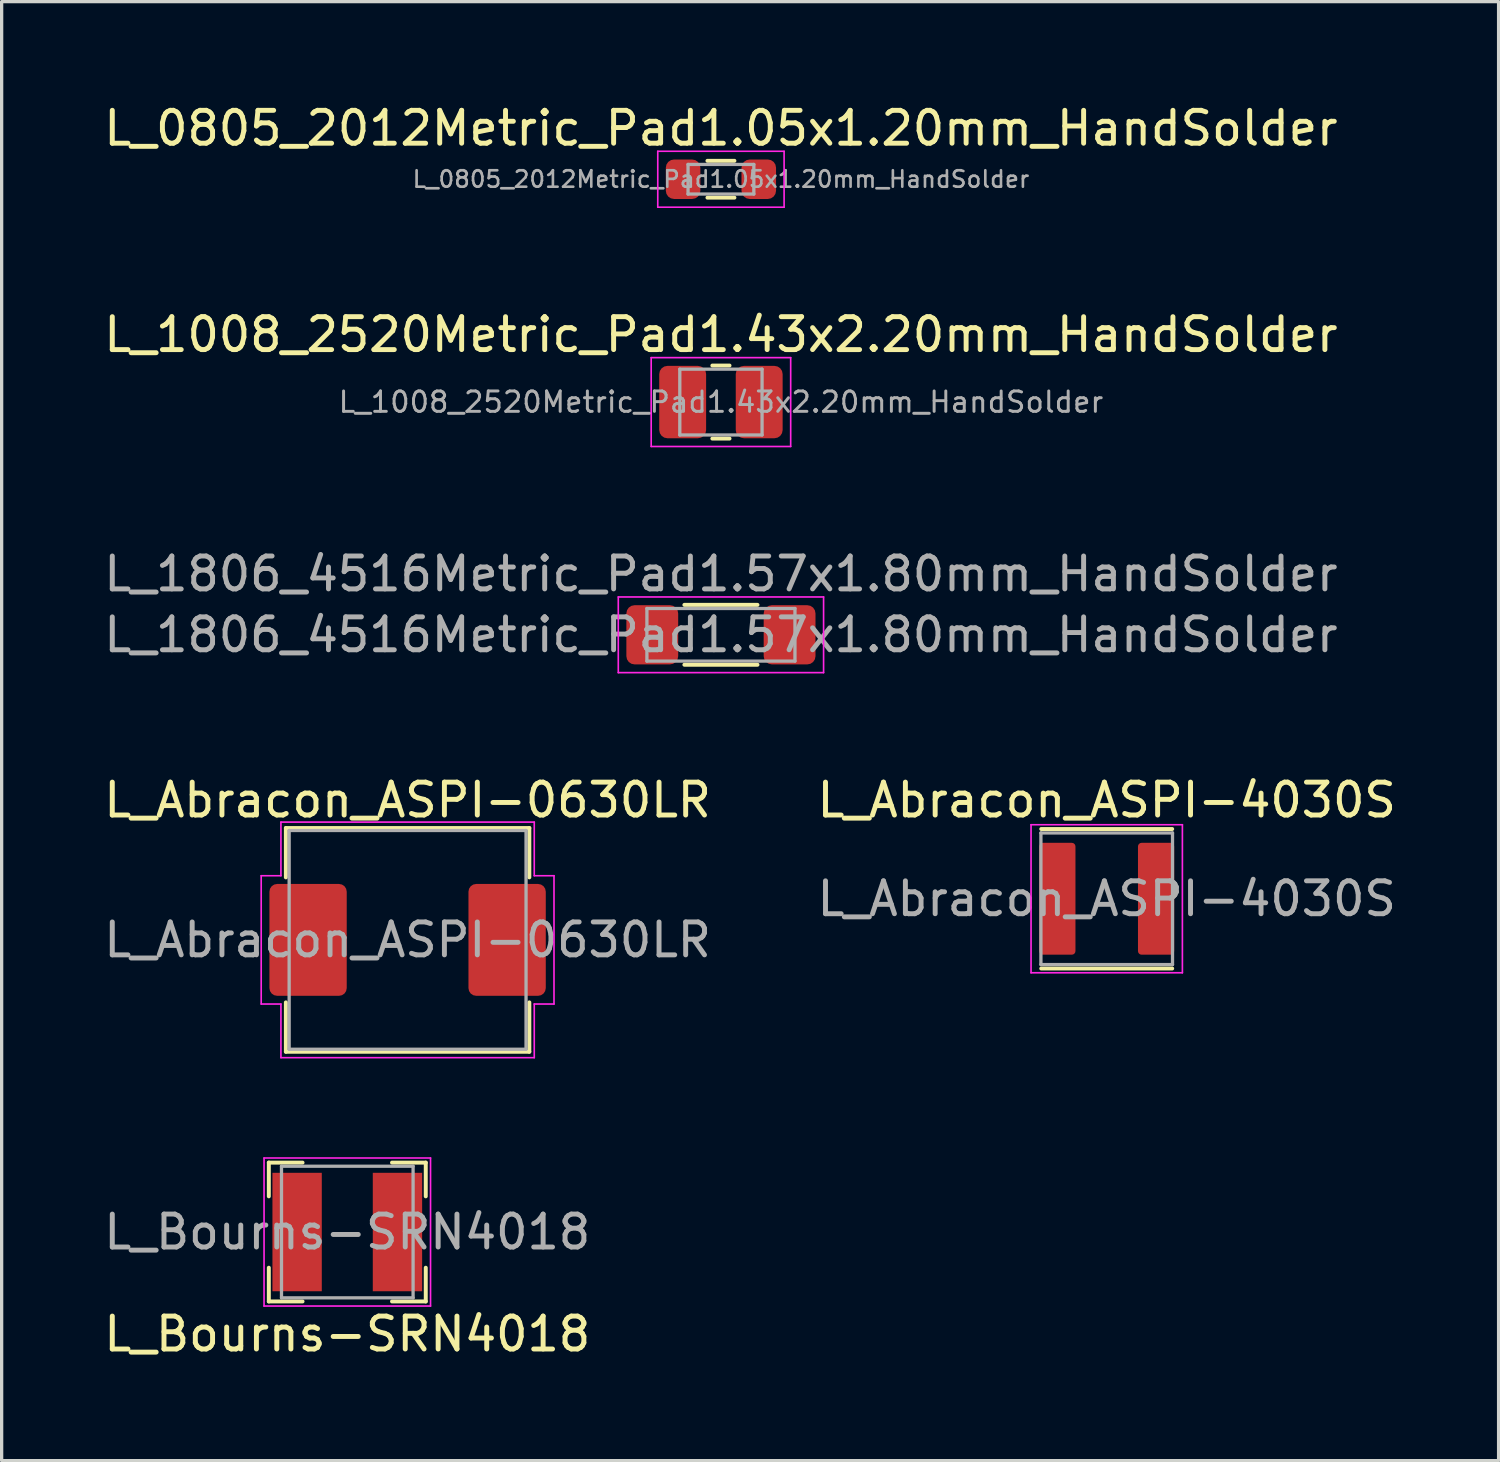
<source format=kicad_pcb>
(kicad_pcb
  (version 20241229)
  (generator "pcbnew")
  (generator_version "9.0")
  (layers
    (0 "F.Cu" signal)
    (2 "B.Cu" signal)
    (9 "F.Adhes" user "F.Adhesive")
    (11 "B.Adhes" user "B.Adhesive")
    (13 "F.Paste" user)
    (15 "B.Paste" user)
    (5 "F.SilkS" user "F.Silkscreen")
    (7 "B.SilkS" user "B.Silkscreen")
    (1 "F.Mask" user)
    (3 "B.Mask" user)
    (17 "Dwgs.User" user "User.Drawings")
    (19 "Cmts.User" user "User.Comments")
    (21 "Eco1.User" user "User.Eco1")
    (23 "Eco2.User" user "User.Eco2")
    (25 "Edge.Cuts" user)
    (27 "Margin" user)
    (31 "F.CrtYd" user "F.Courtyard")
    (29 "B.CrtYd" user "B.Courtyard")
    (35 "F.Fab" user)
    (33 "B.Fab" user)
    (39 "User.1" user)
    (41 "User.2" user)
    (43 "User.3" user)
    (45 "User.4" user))
  (footprint "L_Abracon_ASPI-4030S"
    (layer "F.Cu")
    (at 30.589 24.268)
    (property "Reference" "L_Abracon_ASPI-4030S" (at 0 -3 0) (layer "F.SilkS") (effects (font (size 1 1) (thickness 0.15))))
    (attr smd)
    (fp_line (start -1.99 -2.12) (end 1.99 -2.12) (stroke (width 0.12) (type solid)) (layer "F.SilkS"))
    (fp_line (start -1.99 2.12) (end 1.99 2.12) (stroke (width 0.12) (type solid)) (layer "F.SilkS"))
    (fp_line (start -2.3 -2.25) (end -2.3 2.25) (stroke (width 0.05) (type solid)) (layer "F.CrtYd"))
    (fp_line (start -2.3 2.25) (end 2.3 2.25) (stroke (width 0.05) (type solid)) (layer "F.CrtYd"))
    (fp_line (start 2.3 -2.25) (end -2.3 -2.25) (stroke (width 0.05) (type solid)) (layer "F.CrtYd"))
    (fp_line (start 2.3 2.25) (end 2.3 -2.25) (stroke (width 0.05) (type solid)) (layer "F.CrtYd"))
    (fp_line (start -2 -2) (end 2 -2) (stroke (width 0.1) (type solid)) (layer "F.Fab"))
    (fp_line (start -2 2) (end -2 -2) (stroke (width 0.1) (type solid)) (layer "F.Fab"))
    (fp_line (start 2 -2) (end 2 2) (stroke (width 0.1) (type solid)) (layer "F.Fab"))
    (fp_line (start 2 2) (end -2 2) (stroke (width 0.1) (type solid)) (layer "F.Fab"))
    (fp_text user "${REFERENCE}" (at 0 0 0) (layer "F.Fab") (effects (font (size 1 1) (thickness 0.15))))
    (pad "1" smd roundrect (at -1.5 0) (size 1.1 3.4) (layers "F.Cu" "F.Mask" "F.Paste") (roundrect_rratio 0.1))
    (pad "2" smd roundrect (at 1.5 0) (size 1.1 3.4) (layers "F.Cu" "F.Mask" "F.Paste") (roundrect_rratio 0.1)))
  (footprint "L_Abracon_ASPI-0630LR"
    (layer "F.Cu")
    (at 9.339 25.518)
    (property "Reference" "L_Abracon_ASPI-0630LR" (at 0 -4.25 0) (layer "F.SilkS") (effects (font (size 1 1) (thickness 0.15))))
    (attr smd)
    (fp_line (start -3.7 -3.4) (end -3.7 -1.9) (stroke (width 0.12) (type solid)) (layer "F.SilkS"))
    (fp_line (start -3.7 3.4) (end -3.7 1.9) (stroke (width 0.12) (type solid)) (layer "F.SilkS"))
    (fp_line (start -3.7 3.4) (end 3.7 3.4) (stroke (width 0.12) (type solid)) (layer "F.SilkS"))
    (fp_line (start 3.7 -3.4) (end -3.7 -3.4) (stroke (width 0.12) (type solid)) (layer "F.SilkS"))
    (fp_line (start 3.7 -3.4) (end 3.7 -1.9) (stroke (width 0.12) (type solid)) (layer "F.SilkS"))
    (fp_line (start 3.7 3.4) (end 3.7 1.9) (stroke (width 0.12) (type solid)) (layer "F.SilkS"))
    (fp_line (start -4.45 -1.95) (end -4.45 1.95) (stroke (width 0.05) (type solid)) (layer "F.CrtYd"))
    (fp_line (start -4.45 1.95) (end -3.85 1.95) (stroke (width 0.05) (type solid)) (layer "F.CrtYd"))
    (fp_line (start -3.85 -3.58) (end -3.85 -1.95) (stroke (width 0.05) (type solid)) (layer "F.CrtYd"))
    (fp_line (start -3.85 -1.95) (end -4.45 -1.95) (stroke (width 0.05) (type solid)) (layer "F.CrtYd"))
    (fp_line (start -3.85 1.95) (end -3.85 3.58) (stroke (width 0.05) (type solid)) (layer "F.CrtYd"))
    (fp_line (start -3.85 3.58) (end 3.85 3.58) (stroke (width 0.05) (type solid)) (layer "F.CrtYd"))
    (fp_line (start 3.85 -3.58) (end -3.85 -3.58) (stroke (width 0.05) (type solid)) (layer "F.CrtYd"))
    (fp_line (start 3.85 -1.95) (end 3.85 -3.58) (stroke (width 0.05) (type solid)) (layer "F.CrtYd"))
    (fp_line (start 3.85 1.95) (end 4.45 1.95) (stroke (width 0.05) (type solid)) (layer "F.CrtYd"))
    (fp_line (start 3.85 3.58) (end 3.85 1.95) (stroke (width 0.05) (type solid)) (layer "F.CrtYd"))
    (fp_line (start 4.45 -1.95) (end 3.85 -1.95) (stroke (width 0.05) (type solid)) (layer "F.CrtYd"))
    (fp_line (start 4.45 1.95) (end 4.45 -1.95) (stroke (width 0.05) (type solid)) (layer "F.CrtYd"))
    (fp_line (start -3.6 -3.325) (end 3.6 -3.325) (stroke (width 0.1) (type solid)) (layer "F.Fab"))
    (fp_line (start -3.6 3.325) (end -3.6 -3.325) (stroke (width 0.1) (type solid)) (layer "F.Fab"))
    (fp_line (start 3.6 -3.325) (end 3.6 3.325) (stroke (width 0.1) (type solid)) (layer "F.Fab"))
    (fp_line (start 3.6 3.325) (end -3.6 3.325) (stroke (width 0.1) (type solid)) (layer "F.Fab"))
    (fp_text user "${REFERENCE}" (at 0 0 0) (layer "F.Fab") (effects (font (size 1 1) (thickness 0.15))))
    (pad "1" smd roundrect (at -3.025 0) (size 2.35 3.4) (layers "F.Cu" "F.Mask" "F.Paste") (roundrect_rratio 0.1))
    (pad "2" smd roundrect (at 3.025 0) (size 2.35 3.4) (layers "F.Cu" "F.Mask" "F.Paste") (roundrect_rratio 0.1)))
  (footprint "L_Bourns-SRN4018"
    (layer "F.Cu")
    (at 7.506 34.398)
    (property "Reference" "L_Bourns-SRN4018" (at 0 3.1 0) (layer "F.SilkS") (effects (font (size 1 1) (thickness 0.15))))
    (attr smd)
    (fp_line (start -2.385 -2.11) (end -2.385 -1.085) (stroke (width 0.12) (type solid)) (layer "F.SilkS"))
    (fp_line (start -2.385 -2.11) (end -1.36 -2.11) (stroke (width 0.12) (type solid)) (layer "F.SilkS"))
    (fp_line (start -2.385 2.11) (end -2.385 1.085) (stroke (width 0.12) (type solid)) (layer "F.SilkS"))
    (fp_line (start -2.385 2.11) (end -1.36 2.11) (stroke (width 0.12) (type solid)) (layer "F.SilkS"))
    (fp_line (start 2.385 -2.11) (end 1.36 -2.11) (stroke (width 0.12) (type solid)) (layer "F.SilkS"))
    (fp_line (start 2.385 -2.11) (end 2.385 -1.085) (stroke (width 0.12) (type solid)) (layer "F.SilkS"))
    (fp_line (start 2.385 2.11) (end 1.36 2.11) (stroke (width 0.12) (type solid)) (layer "F.SilkS"))
    (fp_line (start 2.385 2.11) (end 2.385 1.085) (stroke (width 0.12) (type solid)) (layer "F.SilkS"))
    (fp_line (start -2.53 -2.25) (end -2.53 2.25) (stroke (width 0.05) (type solid)) (layer "F.CrtYd"))
    (fp_line (start -2.53 -2.25) (end 2.53 -2.25) (stroke (width 0.05) (type solid)) (layer "F.CrtYd"))
    (fp_line (start -2.53 2.25) (end 2.53 2.25) (stroke (width 0.05) (type solid)) (layer "F.CrtYd"))
    (fp_line (start 2.53 -2.25) (end 2.53 2.25) (stroke (width 0.05) (type solid)) (layer "F.CrtYd"))
    (fp_line (start -2 -2) (end -2 2) (stroke (width 0.1) (type solid)) (layer "F.Fab"))
    (fp_line (start -2 -2) (end 2 -2) (stroke (width 0.1) (type solid)) (layer "F.Fab"))
    (fp_line (start 2 -2) (end 2 2) (stroke (width 0.1) (type solid)) (layer "F.Fab"))
    (fp_line (start 2 2) (end -2 2) (stroke (width 0.1) (type solid)) (layer "F.Fab"))
    (fp_text user "${REFERENCE}" (at 0 0 0) (layer "F.Fab") (effects (font (size 1 1) (thickness 0.15))))
    (pad "1" smd rect (at -1.525 0) (size 1.5 3.6) (layers "F.Cu" "F.Mask" "F.Paste"))
    (pad "2" smd rect (at 1.525 0) (size 1.5 3.6) (layers "F.Cu" "F.Mask" "F.Paste")))
  (footprint "L_1806_4516Metric_Pad1.57x1.80mm_HandSolder"
    (layer "F.Cu")
    (at 18.863 16.245)
    (property "Reference" "L_1806_4516Metric_Pad1.57x1.80mm_HandSolder" (at 0 -1.85 0) (layer "F.Fab") (effects (font (size 1 1) (thickness 0.15))))
    (attr smd)
    (fp_line (start -1.111 -0.91) (end 1.111 -0.91) (stroke (width 0.12) (type solid)) (layer "F.SilkS"))
    (fp_line (start -1.111 0.91) (end 1.111 0.91) (stroke (width 0.12) (type solid)) (layer "F.SilkS"))
    (fp_line (start -3.12 -1.15) (end 3.12 -1.15) (stroke (width 0.05) (type solid)) (layer "F.CrtYd"))
    (fp_line (start -3.12 1.15) (end -3.12 -1.15) (stroke (width 0.05) (type solid)) (layer "F.CrtYd"))
    (fp_line (start 3.12 -1.15) (end 3.12 1.15) (stroke (width 0.05) (type solid)) (layer "F.CrtYd"))
    (fp_line (start 3.12 1.15) (end -3.12 1.15) (stroke (width 0.05) (type solid)) (layer "F.CrtYd"))
    (fp_line (start -2.25 -0.8) (end 2.25 -0.8) (stroke (width 0.1) (type solid)) (layer "F.Fab"))
    (fp_line (start -2.25 0.8) (end -2.25 -0.8) (stroke (width 0.1) (type solid)) (layer "F.Fab"))
    (fp_line (start 2.25 -0.8) (end 2.25 0.8) (stroke (width 0.1) (type solid)) (layer "F.Fab"))
    (fp_line (start 2.25 0.8) (end -2.25 0.8) (stroke (width 0.1) (type solid)) (layer "F.Fab"))
    (fp_text user "${REFERENCE}" (at 0 0 0) (layer "F.Fab") (effects (font (size 1 1) (thickness 0.15))))
    (pad "1" smd roundrect (at -2.087 0) (size 1.575 1.8) (layers "F.Cu" "F.Mask" "F.Paste") (roundrect_rratio 0.159))
    (pad "2" smd roundrect (at 2.087 0) (size 1.575 1.8) (layers "F.Cu" "F.Mask" "F.Paste") (roundrect_rratio 0.159)))
  (footprint "L_0805_2012Metric_Pad1.05x1.20mm_HandSolder"
    (layer "F.Cu")
    (at 18.863 2.398)
    (property "Reference" "L_0805_2012Metric_Pad1.05x1.20mm_HandSolder" (at 0 -1.55 0) (layer "F.SilkS") (effects (font (size 1 1) (thickness 0.15))))
    (attr smd)
    (fp_line (start -0.41 -0.56) (end 0.41 -0.56) (stroke (width 0.12) (type solid)) (layer "F.SilkS"))
    (fp_line (start -0.41 0.56) (end 0.41 0.56) (stroke (width 0.12) (type solid)) (layer "F.SilkS"))
    (fp_line (start -1.92 -0.85) (end 1.92 -0.85) (stroke (width 0.05) (type solid)) (layer "F.CrtYd"))
    (fp_line (start -1.92 0.85) (end -1.92 -0.85) (stroke (width 0.05) (type solid)) (layer "F.CrtYd"))
    (fp_line (start 1.92 -0.85) (end 1.92 0.85) (stroke (width 0.05) (type solid)) (layer "F.CrtYd"))
    (fp_line (start 1.92 0.85) (end -1.92 0.85) (stroke (width 0.05) (type solid)) (layer "F.CrtYd"))
    (fp_line (start -1 -0.45) (end 1 -0.45) (stroke (width 0.1) (type solid)) (layer "F.Fab"))
    (fp_line (start -1 0.45) (end -1 -0.45) (stroke (width 0.1) (type solid)) (layer "F.Fab"))
    (fp_line (start 1 -0.45) (end 1 0.45) (stroke (width 0.1) (type solid)) (layer "F.Fab"))
    (fp_line (start 1 0.45) (end -1 0.45) (stroke (width 0.1) (type solid)) (layer "F.Fab"))
    (fp_text user "${REFERENCE}" (at 0 0 0) (layer "F.Fab") (effects (font (size 0.5 0.5) (thickness 0.08))))
    (pad "1" smd roundrect (at -1.15 0) (size 1.05 1.2) (layers "F.Cu" "F.Mask" "F.Paste") (roundrect_rratio 0.238))
    (pad "2" smd roundrect (at 1.15 0) (size 1.05 1.2) (layers "F.Cu" "F.Mask" "F.Paste") (roundrect_rratio 0.238)))
  (footprint "L_1008_2520Metric_Pad1.43x2.20mm_HandSolder"
    (layer "F.Cu")
    (at 18.863 9.171)
    (property "Reference" "L_1008_2520Metric_Pad1.43x2.20mm_HandSolder" (at 0 -2.05 0) (layer "F.SilkS") (effects (font (size 1 1) (thickness 0.15))))
    (attr smd)
    (fp_line (start -0.261 -1.11) (end 0.261 -1.11) (stroke (width 0.12) (type solid)) (layer "F.SilkS"))
    (fp_line (start -0.261 1.11) (end 0.261 1.11) (stroke (width 0.12) (type solid)) (layer "F.SilkS"))
    (fp_line (start -2.12 -1.35) (end 2.12 -1.35) (stroke (width 0.05) (type solid)) (layer "F.CrtYd"))
    (fp_line (start -2.12 1.35) (end -2.12 -1.35) (stroke (width 0.05) (type solid)) (layer "F.CrtYd"))
    (fp_line (start 2.12 -1.35) (end 2.12 1.35) (stroke (width 0.05) (type solid)) (layer "F.CrtYd"))
    (fp_line (start 2.12 1.35) (end -2.12 1.35) (stroke (width 0.05) (type solid)) (layer "F.CrtYd"))
    (fp_line (start -1.25 -1) (end 1.25 -1) (stroke (width 0.1) (type solid)) (layer "F.Fab"))
    (fp_line (start -1.25 1) (end -1.25 -1) (stroke (width 0.1) (type solid)) (layer "F.Fab"))
    (fp_line (start 1.25 -1) (end 1.25 1) (stroke (width 0.1) (type solid)) (layer "F.Fab"))
    (fp_line (start 1.25 1) (end -1.25 1) (stroke (width 0.1) (type solid)) (layer "F.Fab"))
    (fp_text user "${REFERENCE}" (at 0 0 0) (layer "F.Fab") (effects (font (size 0.62 0.62) (thickness 0.09))))
    (pad "1" smd roundrect (at -1.163 0) (size 1.425 2.2) (layers "F.Cu" "F.Mask" "F.Paste") (roundrect_rratio 0.175))
    (pad "2" smd roundrect (at 1.163 0) (size 1.425 2.2) (layers "F.Cu" "F.Mask" "F.Paste") (roundrect_rratio 0.175)))
  (gr_rect
    (start -3 -3)
    (end 42.5 41.346)
    (stroke (width 0.1) (type default))
    (fill no)
    (layer "Edge.Cuts")))
</source>
